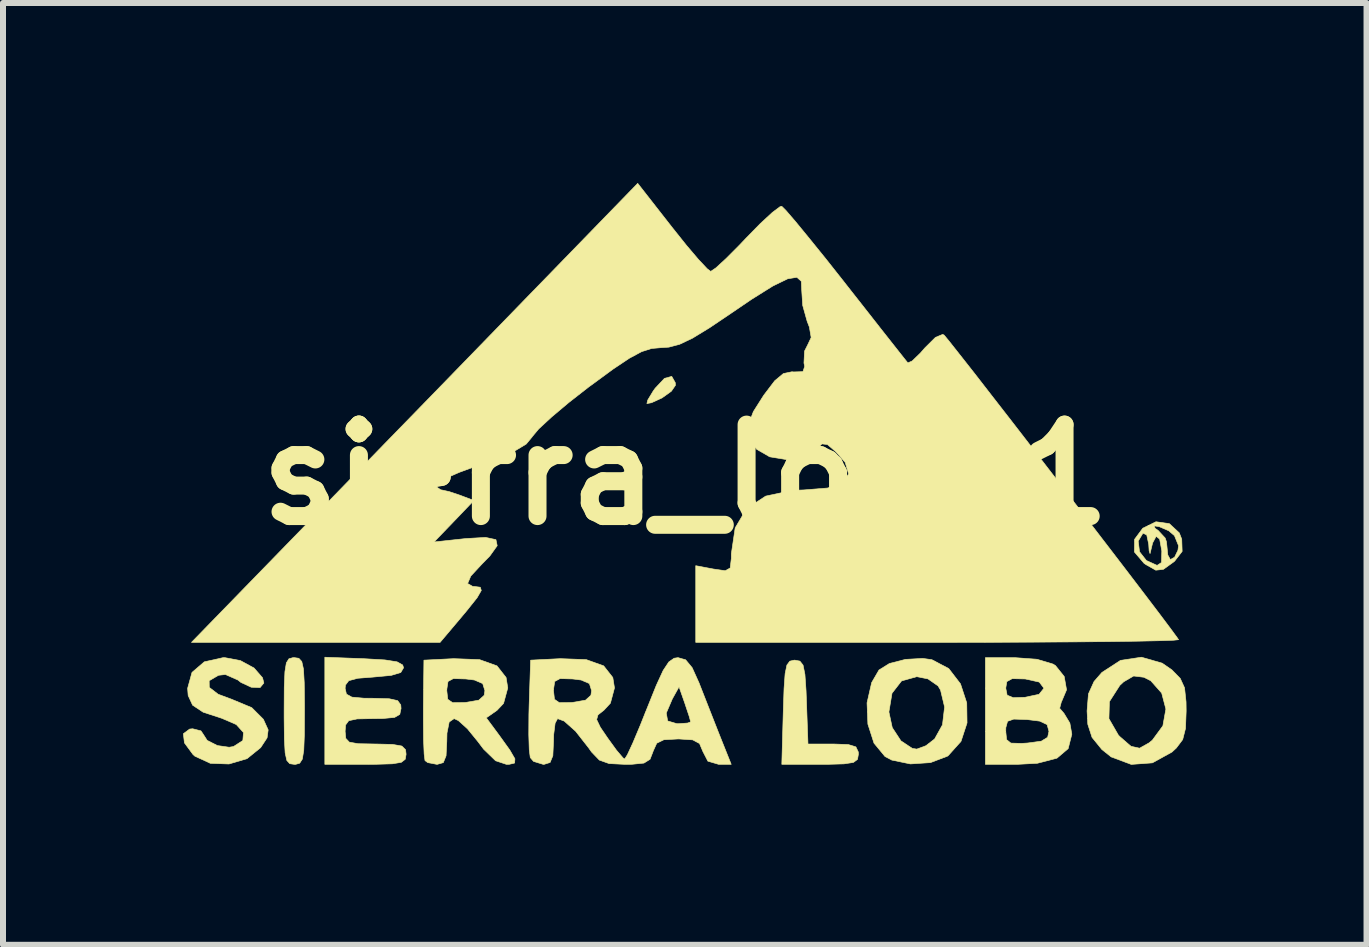
<source format=kicad_pcb>
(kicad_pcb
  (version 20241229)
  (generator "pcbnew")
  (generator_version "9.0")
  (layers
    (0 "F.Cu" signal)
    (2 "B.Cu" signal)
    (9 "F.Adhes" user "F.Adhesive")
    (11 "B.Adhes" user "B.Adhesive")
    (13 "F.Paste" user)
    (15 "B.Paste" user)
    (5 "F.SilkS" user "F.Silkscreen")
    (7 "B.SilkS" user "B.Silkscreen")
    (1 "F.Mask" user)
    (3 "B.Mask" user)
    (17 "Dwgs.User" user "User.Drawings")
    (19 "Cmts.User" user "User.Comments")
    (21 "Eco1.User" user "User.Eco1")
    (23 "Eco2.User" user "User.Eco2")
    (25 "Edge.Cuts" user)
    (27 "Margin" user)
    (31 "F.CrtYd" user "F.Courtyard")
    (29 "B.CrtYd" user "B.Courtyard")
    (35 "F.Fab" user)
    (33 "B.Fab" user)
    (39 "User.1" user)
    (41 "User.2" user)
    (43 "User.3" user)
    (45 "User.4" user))
  (footprint "sierra_logo1"
    (layer "F.Cu")
    (at 8.373 4.859)
    (property "Reference" "sierra_logo1" (at 0 0 0) (layer "F.SilkS") (effects (font (size 1.524 1.524) (thickness 0.3))))
    (attr through_hole)
    (fp_poly (pts (xy -0.172 -1.533) (xy -0.169 -1.49) (xy -0.237 -1.391) (xy -0.393 -1.279) (xy -0.568 -1.199) (xy -0.645 -1.185) (xy -0.63 -1.245) (xy -0.54 -1.394) (xy -0.507 -1.44) (xy -0.352 -1.605) (xy -0.231 -1.638) (xy -0.172 -1.533)) (stroke (width 0.01) (type solid)) (fill yes) (layer "F.SilkS"))
    (fp_poly (pts (xy -6.444 3.059) (xy -6.395 3.113) (xy -6.367 3.238) (xy -6.354 3.466) (xy -6.35 3.826) (xy -6.35 3.937) (xy -6.352 4.334) (xy -6.362 4.591) (xy -6.386 4.739) (xy -6.43 4.807) (xy -6.498 4.826) (xy -6.519 4.826) (xy -6.595 4.815) (xy -6.644 4.761) (xy -6.672 4.636) (xy -6.685 4.408) (xy -6.689 4.048) (xy -6.689 3.937) (xy -6.687 3.54) (xy -6.676 3.283) (xy -6.652 3.135) (xy -6.609 3.067) (xy -6.541 3.048) (xy -6.519 3.048) (xy -6.444 3.059)) (stroke (width 0.01) (type solid)) (fill yes) (layer "F.SilkS"))
    (fp_poly (pts (xy 1.904 3.106) (xy 1.957 3.173) (xy 1.988 3.327) (xy 2.007 3.601) (xy 2.014 3.789) (xy 2.039 4.487) (xy 2.459 4.487) (xy 2.711 4.496) (xy 2.837 4.535) (xy 2.877 4.619) (xy 2.879 4.657) (xy 2.864 4.743) (xy 2.796 4.794) (xy 2.639 4.818) (xy 2.36 4.826) (xy 2.241 4.826) (xy 1.603 4.826) (xy 1.627 3.958) (xy 1.64 3.567) (xy 1.658 3.315) (xy 1.688 3.171) (xy 1.736 3.107) (xy 1.81 3.09) (xy 1.82 3.09) (xy 1.904 3.106)) (stroke (width 0.01) (type solid)) (fill yes) (layer "F.SilkS"))
    (fp_poly (pts (xy 4.103 3.082) (xy 4.384 3.23) (xy 4.58 3.485) (xy 4.684 3.802) (xy 4.689 4.136) (xy 4.588 4.444) (xy 4.374 4.682) (xy 4.362 4.69) (xy 4.08 4.797) (xy 3.745 4.819) (xy 3.436 4.755) (xy 3.323 4.696) (xy 3.139 4.473) (xy 3.037 4.156) (xy 3.029 3.953) (xy 3.387 3.953) (xy 3.443 4.214) (xy 3.587 4.434) (xy 3.776 4.56) (xy 3.852 4.572) (xy 4.003 4.516) (xy 4.149 4.403) (xy 4.28 4.167) (xy 4.315 3.87) (xy 4.248 3.59) (xy 4.206 3.519) (xy 4.038 3.402) (xy 3.852 3.365) (xy 3.598 3.436) (xy 3.439 3.641) (xy 3.387 3.953) (xy 3.029 3.953) (xy 3.023 3.801) (xy 3.1 3.464) (xy 3.222 3.254) (xy 3.395 3.146) (xy 3.663 3.077) (xy 3.951 3.061) (xy 4.103 3.082)) (stroke (width 0.01) (type solid)) (fill yes) (layer "F.SilkS"))
    (fp_poly (pts (xy 7.94 3.14) (xy 8.102 3.252) (xy 8.241 3.394) (xy 8.313 3.551) (xy 8.338 3.785) (xy 8.34 3.937) (xy 8.329 4.228) (xy 8.282 4.413) (xy 8.176 4.554) (xy 8.102 4.622) (xy 7.777 4.801) (xy 7.425 4.827) (xy 7.09 4.702) (xy 6.936 4.579) (xy 6.772 4.377) (xy 6.701 4.158) (xy 6.696 4.065) (xy 7.053 4.065) (xy 7.21 4.338) (xy 7.235 4.364) (xy 7.42 4.525) (xy 7.563 4.557) (xy 7.722 4.468) (xy 7.776 4.424) (xy 7.952 4.184) (xy 8.002 3.905) (xy 7.932 3.638) (xy 7.75 3.433) (xy 7.636 3.375) (xy 7.464 3.354) (xy 7.298 3.451) (xy 7.234 3.511) (xy 7.061 3.781) (xy 7.053 4.065) (xy 6.696 4.065) (xy 6.689 3.937) (xy 6.712 3.652) (xy 6.805 3.446) (xy 6.936 3.295) (xy 7.247 3.093) (xy 7.595 3.041) (xy 7.94 3.14)) (stroke (width 0.01) (type solid)) (fill yes) (layer "F.SilkS"))
    (fp_poly (pts (xy -5.355 3.066) (xy -5.011 3.086) (xy -4.807 3.118) (xy -4.714 3.17) (xy -4.699 3.217) (xy -4.746 3.296) (xy -4.906 3.344) (xy -5.186 3.37) (xy -5.464 3.392) (xy -5.612 3.432) (xy -5.667 3.505) (xy -5.673 3.56) (xy -5.651 3.656) (xy -5.56 3.706) (xy -5.36 3.724) (xy -5.207 3.725) (xy -4.938 3.733) (xy -4.798 3.764) (xy -4.746 3.835) (xy -4.741 3.895) (xy -4.762 3.993) (xy -4.849 4.044) (xy -5.044 4.062) (xy -5.207 4.064) (xy -5.474 4.069) (xy -5.613 4.099) (xy -5.665 4.17) (xy -5.673 4.276) (xy -5.662 4.393) (xy -5.603 4.456) (xy -5.457 4.482) (xy -5.182 4.487) (xy -5.165 4.487) (xy -4.881 4.494) (xy -4.728 4.521) (xy -4.666 4.582) (xy -4.657 4.657) (xy -4.671 4.741) (xy -4.736 4.792) (xy -4.886 4.817) (xy -5.155 4.825) (xy -5.334 4.826) (xy -6.011 4.826) (xy -6.011 3.041) (xy -5.355 3.066)) (stroke (width 0.01) (type solid)) (fill yes) (layer "F.SilkS"))
    (fp_poly (pts (xy -7.418 3.097) (xy -7.19 3.221) (xy -7.049 3.383) (xy -7.027 3.471) (xy -7.09 3.547) (xy -7.237 3.541) (xy -7.409 3.461) (xy -7.459 3.421) (xy -7.667 3.329) (xy -7.783 3.342) (xy -7.938 3.433) (xy -7.936 3.544) (xy -7.788 3.658) (xy -7.558 3.744) (xy -7.229 3.881) (xy -7.036 4.074) (xy -7.031 4.084) (xy -6.955 4.252) (xy -6.973 4.384) (xy -7.08 4.547) (xy -7.307 4.731) (xy -7.608 4.82) (xy -7.918 4.809) (xy -8.176 4.69) (xy -8.208 4.661) (xy -8.35 4.468) (xy -8.368 4.316) (xy -8.263 4.238) (xy -8.213 4.233) (xy -8.075 4.268) (xy -8.043 4.315) (xy -7.971 4.427) (xy -7.801 4.513) (xy -7.605 4.541) (xy -7.532 4.529) (xy -7.377 4.429) (xy -7.366 4.296) (xy -7.486 4.163) (xy -7.726 4.059) (xy -7.726 4.059) (xy -8.038 3.957) (xy -8.214 3.84) (xy -8.288 3.679) (xy -8.297 3.559) (xy -8.224 3.294) (xy -8.019 3.118) (xy -7.705 3.048) (xy -7.677 3.048) (xy -7.418 3.097)) (stroke (width 0.01) (type solid)) (fill yes) (layer "F.SilkS"))
    (fp_poly (pts (xy 5.857 3.076) (xy 6.121 3.155) (xy 6.162 3.18) (xy 6.308 3.362) (xy 6.347 3.584) (xy 6.266 3.776) (xy 6.262 3.78) (xy 6.232 3.892) (xy 6.304 3.976) (xy 6.402 4.138) (xy 6.435 4.324) (xy 6.374 4.564) (xy 6.187 4.723) (xy 5.861 4.808) (xy 5.527 4.826) (xy 4.995 4.826) (xy 4.995 4.276) (xy 5.334 4.276) (xy 5.348 4.414) (xy 5.419 4.472) (xy 5.596 4.477) (xy 5.694 4.471) (xy 5.926 4.44) (xy 6.032 4.375) (xy 6.054 4.276) (xy 6.023 4.164) (xy 5.901 4.106) (xy 5.694 4.08) (xy 5.468 4.072) (xy 5.364 4.109) (xy 5.335 4.215) (xy 5.334 4.276) (xy 4.995 4.276) (xy 4.995 3.556) (xy 5.334 3.556) (xy 5.357 3.673) (xy 5.457 3.715) (xy 5.652 3.709) (xy 5.889 3.659) (xy 5.969 3.559) (xy 5.969 3.556) (xy 5.892 3.455) (xy 5.658 3.403) (xy 5.652 3.403) (xy 5.442 3.398) (xy 5.352 3.447) (xy 5.334 3.556) (xy 4.995 3.556) (xy 4.995 3.048) (xy 5.484 3.048) (xy 5.857 3.076)) (stroke (width 0.01) (type solid)) (fill yes) (layer "F.SilkS"))
    (fp_poly (pts (xy -3.433 3.081) (xy -3.143 3.185) (xy -2.991 3.379) (xy -2.963 3.553) (xy -3.033 3.81) (xy -3.142 3.926) (xy -3.321 4.051) (xy -3.112 4.333) (xy -2.93 4.586) (xy -2.844 4.734) (xy -2.849 4.804) (xy -2.936 4.825) (xy -2.986 4.826) (xy -3.166 4.766) (xy -3.366 4.572) (xy -3.462 4.445) (xy -3.634 4.234) (xy -3.787 4.096) (xy -3.858 4.064) (xy -3.939 4.12) (xy -3.976 4.306) (xy -3.979 4.445) (xy -3.991 4.684) (xy -4.037 4.797) (xy -4.138 4.826) (xy -4.144 4.826) (xy -4.296 4.797) (xy -4.342 4.763) (xy -4.356 4.655) (xy -4.366 4.419) (xy -4.369 4.095) (xy -4.369 3.895) (xy -4.366 3.598) (xy -3.979 3.598) (xy -3.963 3.742) (xy -3.883 3.798) (xy -3.689 3.796) (xy -3.662 3.794) (xy -3.446 3.757) (xy -3.356 3.676) (xy -3.344 3.598) (xy -3.381 3.48) (xy -3.518 3.421) (xy -3.662 3.403) (xy -3.87 3.397) (xy -3.959 3.445) (xy -3.979 3.579) (xy -3.979 3.598) (xy -4.366 3.598) (xy -4.36 3.09) (xy -3.865 3.065) (xy -3.433 3.081)) (stroke (width 0.01) (type solid)) (fill yes) (layer "F.SilkS"))
    (fp_poly (pts (xy 8.059 0.815) (xy 8.225 0.969) (xy 8.266 1.074) (xy 8.273 1.278) (xy 8.147 1.441) (xy 8.131 1.454) (xy 7.96 1.577) (xy 7.834 1.591) (xy 7.673 1.5) (xy 7.639 1.477) (xy 7.478 1.288) (xy 7.48 1.106) (xy 7.541 1.106) (xy 7.563 1.284) (xy 7.675 1.427) (xy 7.684 1.433) (xy 7.856 1.511) (xy 7.929 1.463) (xy 7.934 1.27) (xy 7.934 1.27) (xy 7.898 1.073) (xy 7.84 1.026) (xy 7.781 1.137) (xy 7.764 1.206) (xy 7.738 1.315) (xy 7.723 1.268) (xy 7.716 1.159) (xy 7.683 1.004) (xy 7.62 0.974) (xy 7.541 1.106) (xy 7.48 1.106) (xy 7.48 1.077) (xy 7.617 0.892) (xy 7.699 0.852) (xy 7.805 0.852) (xy 7.823 0.894) (xy 7.874 0.93) (xy 7.99 1.055) (xy 8.012 1.119) (xy 8.031 1.309) (xy 8.034 1.338) (xy 8.076 1.414) (xy 8.147 1.375) (xy 8.203 1.259) (xy 8.213 1.183) (xy 8.145 1.016) (xy 8.049 0.934) (xy 7.892 0.866) (xy 7.805 0.852) (xy 7.699 0.852) (xy 7.837 0.784) (xy 8.059 0.815)) (stroke (width 0.01) (type solid)) (fill yes) (layer "F.SilkS"))
    (fp_poly (pts (xy 0.000492 3.084) (xy 0.109 3.215) (xy 0.226 3.474) (xy 0.233 3.493) (xy 0.373 3.85) (xy 0.525 4.237) (xy 0.582 4.381) (xy 0.76 4.826) (xy 0.551 4.826) (xy 0.371 4.773) (xy 0.289 4.614) (xy 0.232 4.479) (xy 0.118 4.418) (xy -0.109 4.403) (xy -0.127 4.403) (xy -0.362 4.416) (xy -0.481 4.474) (xy -0.54 4.604) (xy -0.543 4.614) (xy -0.593 4.742) (xy -0.694 4.805) (xy -0.894 4.825) (xy -1.012 4.826) (xy -1.275 4.813) (xy -1.437 4.755) (xy -1.567 4.62) (xy -1.616 4.551) (xy -1.832 4.275) (xy -2.023 4.105) (xy -2.133 4.064) (xy -2.174 4.14) (xy -2.198 4.331) (xy -2.201 4.445) (xy -2.212 4.683) (xy -2.258 4.795) (xy -2.358 4.826) (xy -2.373 4.826) (xy -2.533 4.777) (xy -2.588 4.713) (xy -2.605 4.582) (xy -2.613 4.327) (xy -2.611 3.995) (xy -2.607 3.846) (xy -2.599 3.598) (xy -2.201 3.598) (xy -2.185 3.742) (xy -2.105 3.798) (xy -1.911 3.796) (xy -1.884 3.794) (xy -1.668 3.757) (xy -1.578 3.676) (xy -1.566 3.598) (xy -1.603 3.48) (xy -1.74 3.421) (xy -1.884 3.403) (xy -2.092 3.397) (xy -2.181 3.445) (xy -2.201 3.579) (xy -2.201 3.598) (xy -2.599 3.598) (xy -2.582 3.09) (xy -2.087 3.065) (xy -1.655 3.081) (xy -1.365 3.185) (xy -1.213 3.379) (xy -1.185 3.553) (xy -1.253 3.807) (xy -1.36 3.923) (xy -1.46 4.002) (xy -1.482 4.08) (xy -1.421 4.208) (xy -1.297 4.39) (xy -1.152 4.59) (xy -1.045 4.716) (xy -1.016 4.738) (xy -0.97 4.666) (xy -0.878 4.467) (xy -0.755 4.175) (xy -0.674 3.971) (xy -0.322 3.971) (xy -0.299 4.103) (xy -0.147 4.148) (xy -0.127 4.149) (xy 0.032 4.138) (xy 0.085 4.119) (xy 0.06 4.027) (xy -0.002 3.842) (xy -0.012 3.811) (xy -0.109 3.534) (xy -0.221 3.735) (xy -0.322 3.971) (xy -0.674 3.971) (xy -0.643 3.895) (xy -0.489 3.512) (xy -0.374 3.262) (xy -0.28 3.12) (xy -0.192 3.058) (xy -0.126 3.048) (xy 0.000492 3.084)) (stroke (width 0.01) (type solid)) (fill yes) (layer "F.SilkS"))
    (fp_poly (pts (xy -0.225 -4.121) (xy 0.012 -3.824) (xy 0.215 -3.585) (xy 0.36 -3.431) (xy 0.418 -3.387) (xy 0.504 -3.445) (xy 0.673 -3.6) (xy 0.896 -3.824) (xy 1.009 -3.943) (xy 1.247 -4.186) (xy 1.445 -4.369) (xy 1.573 -4.465) (xy 1.602 -4.472) (xy 1.674 -4.4) (xy 1.833 -4.215) (xy 2.06 -3.938) (xy 2.34 -3.592) (xy 2.653 -3.196) (xy 2.669 -3.175) (xy 2.982 -2.777) (xy 3.258 -2.425) (xy 3.482 -2.141) (xy 3.635 -1.947) (xy 3.702 -1.864) (xy 3.703 -1.863) (xy 3.775 -1.895) (xy 3.911 -2.026) (xy 3.987 -2.113) (xy 4.163 -2.288) (xy 4.284 -2.338) (xy 4.308 -2.325) (xy 4.392 -2.223) (xy 4.561 -2.009) (xy 4.802 -1.703) (xy 5.099 -1.32) (xy 5.441 -0.88) (xy 5.812 -0.4) (xy 6.198 0.101) (xy 6.587 0.607) (xy 6.964 1.098) (xy 7.316 1.557) (xy 7.628 1.966) (xy 7.887 2.307) (xy 8.079 2.563) (xy 8.19 2.714) (xy 8.213 2.749) (xy 8.131 2.758) (xy 7.896 2.766) (xy 7.525 2.774) (xy 7.033 2.781) (xy 6.439 2.786) (xy 5.757 2.79) (xy 5.004 2.793) (xy 4.197 2.794) (xy 0.169 2.794) (xy 0.169 1.516) (xy 0.466 1.572) (xy 0.661 1.6) (xy 0.743 1.554) (xy 0.762 1.394) (xy 0.762 1.318) (xy 0.826 0.886) (xy 1.016 0.566) (xy 1.334 0.357) (xy 1.779 0.261) (xy 1.97 0.254) (xy 2.366 0.222) (xy 2.617 0.131) (xy 2.716 -0.013) (xy 2.659 -0.205) (xy 2.506 -0.38) (xy 2.362 -0.503) (xy 2.272 -0.513) (xy 2.173 -0.417) (xy 2.168 -0.411) (xy 1.965 -0.288) (xy 1.686 -0.251) (xy 1.401 -0.298) (xy 1.185 -0.423) (xy 1.054 -0.605) (xy 1.034 -0.802) (xy 1.129 -1.051) (xy 1.302 -1.324) (xy 1.485 -1.565) (xy 1.629 -1.685) (xy 1.772 -1.715) (xy 1.802 -1.712) (xy 1.955 -1.717) (xy 1.984 -1.804) (xy 1.972 -1.861) (xy 1.982 -2.06) (xy 2.032 -2.159) (xy 2.092 -2.286) (xy 2.062 -2.46) (xy 2.024 -2.559) (xy 1.951 -2.821) (xy 1.935 -3.067) (xy 1.935 -3.067) (xy 1.928 -3.222) (xy 1.854 -3.289) (xy 1.701 -3.264) (xy 1.454 -3.144) (xy 1.099 -2.922) (xy 0.786 -2.709) (xy 0.399 -2.448) (xy 0.114 -2.274) (xy -0.101 -2.172) (xy -0.279 -2.125) (xy -0.405 -2.117) (xy -0.566 -2.103) (xy -0.733 -2.05) (xy -0.936 -1.941) (xy -1.207 -1.76) (xy -1.576 -1.489) (xy -1.606 -1.468) (xy -1.943 -1.205) (xy -2.233 -0.961) (xy -2.448 -0.762) (xy -2.556 -0.633) (xy -2.559 -0.627) (xy -2.655 -0.511) (xy -2.85 -0.393) (xy -3.171 -0.258) (xy -3.437 -0.162) (xy -3.766 -0.041) (xy -4.018 0.068) (xy -4.163 0.15) (xy -4.183 0.182) (xy -4.077 0.253) (xy -4.065 0.254) (xy -3.938 0.282) (xy -3.759 0.342) (xy -3.528 0.43) (xy -3.859 0.776) (xy -4.191 1.121) (xy -3.662 1.064) (xy -3.332 1.045) (xy -3.16 1.082) (xy -3.139 1.183) (xy -3.263 1.356) (xy -3.387 1.482) (xy -3.579 1.689) (xy -3.632 1.813) (xy -3.548 1.861) (xy -3.514 1.863) (xy -3.421 1.875) (xy -3.404 1.929) (xy -3.474 2.05) (xy -3.643 2.262) (xy -3.739 2.377) (xy -4.091 2.794) (xy -8.233 2.794) (xy -6.254 0.76) (xy -5.671 0.16) (xy -5.027 -0.503) (xy -4.357 -1.191) (xy -3.698 -1.869) (xy -3.085 -2.5) (xy -2.553 -3.048) (xy -2.537 -3.064) (xy -0.798 -4.854) (xy -0.225 -4.121)) (stroke (width 0.01) (type solid)) (fill yes) (layer "F.SilkS")))
  (gr_rect
    (start -3 -3)
    (end 19.718 12.691)
    (stroke (width 0.1) (type default))
    (fill no)
    (layer "Edge.Cuts")))
</source>
